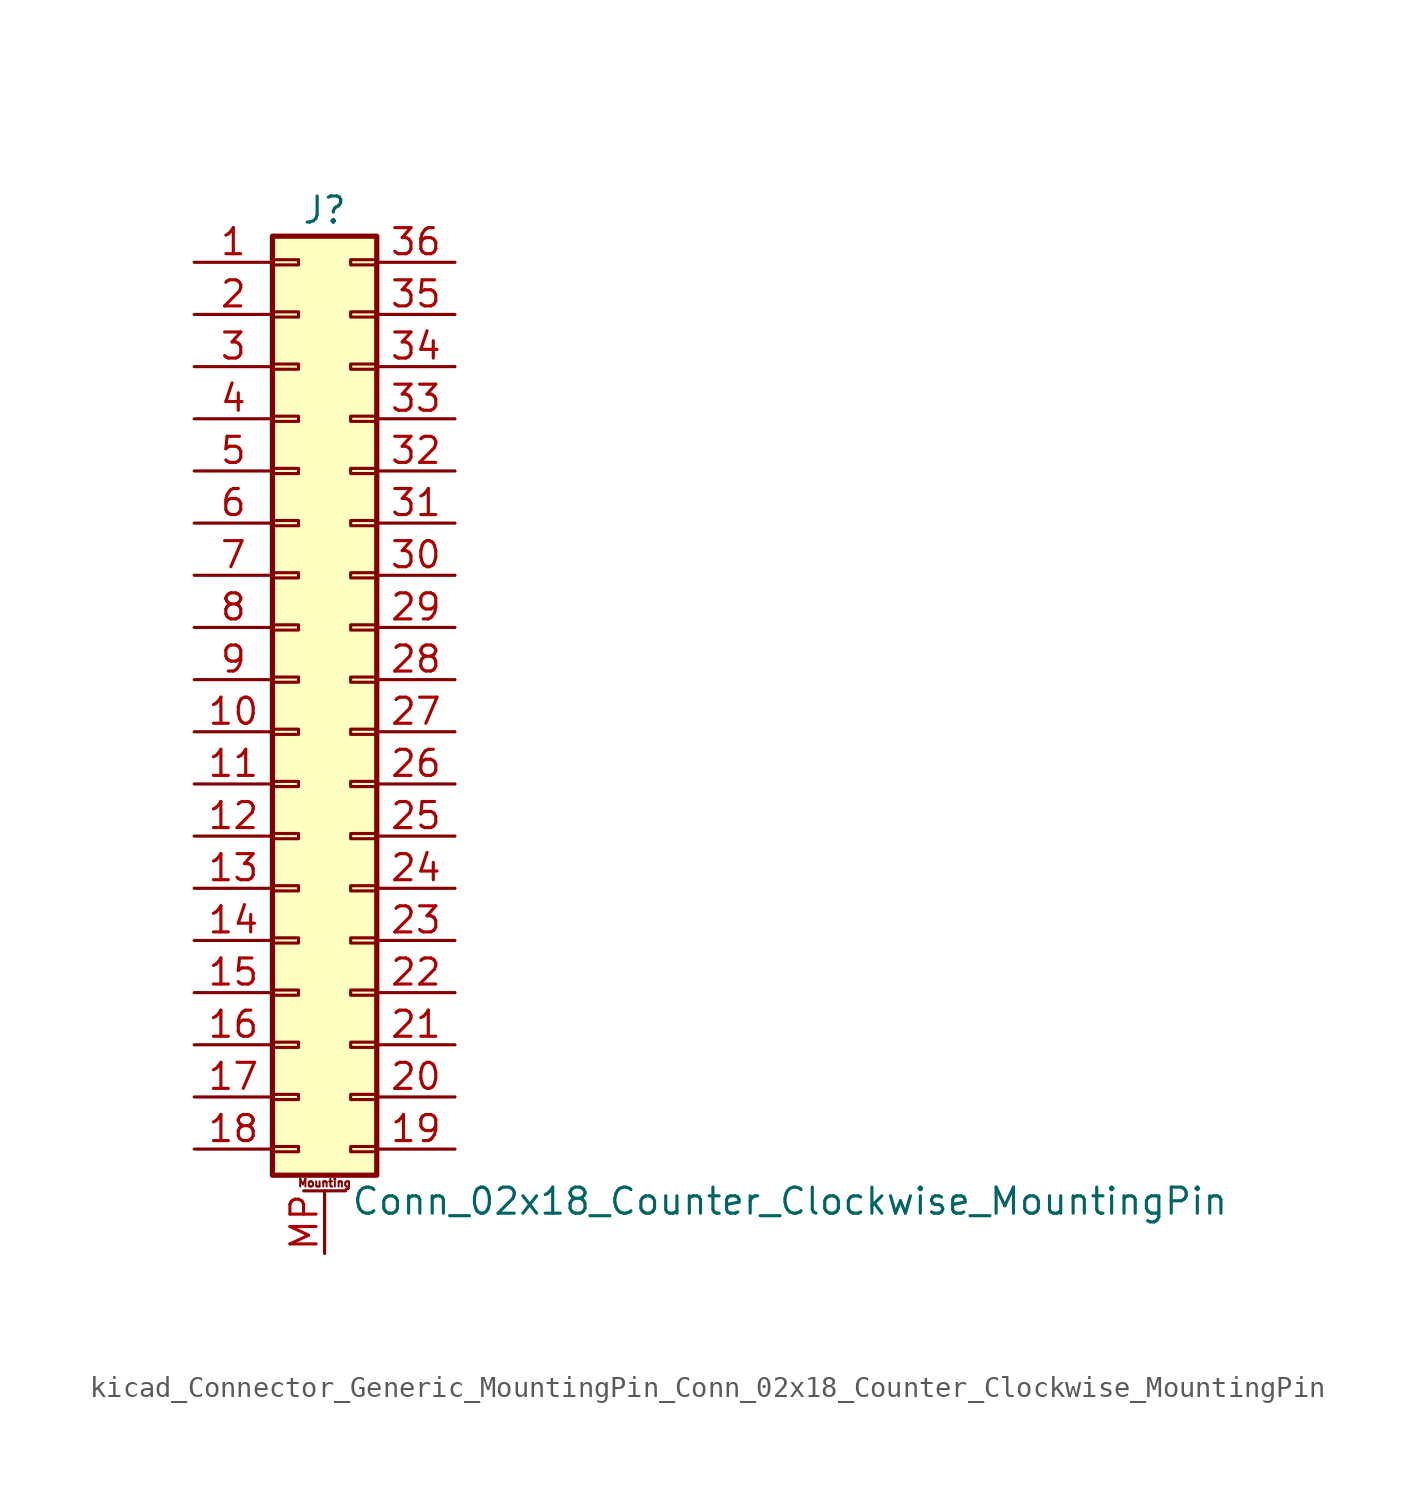
<source format=kicad_sym>
(kicad_symbol_lib
  (version 20220914)
  (generator kicad_symbol_editor)
  (symbol "kicad_Connector_Generic_MountingPin_Conn_02x18_Counter_Clockwise_MountingPin"
    (pin_names
      (offset 1.016) hide)
    (property "Reference" "J"
      (at 1.27 22.86 0)
      (effects (font (size 1.27 1.27))))
    (property "Value" "Conn_02x18_Counter_Clockwise_MountingPin"
      (at 2.54 -25.4 0)
      (effects (font (size 1.27 1.27)) (justify left)))
    (symbol "kicad_Connector_Generic_MountingPin_Conn_02x18_Counter_Clockwise_MountingPin_1_1"
      (rectangle (start -1.27 -22.733) (end 0 -22.987) (stroke (width 0.152) (type default)) (fill (type none)))
      (rectangle (start -1.27 -20.193) (end 0 -20.447) (stroke (width 0.152) (type default)) (fill (type none)))
      (rectangle (start -1.27 -17.653) (end 0 -17.907) (stroke (width 0.152) (type default)) (fill (type none)))
      (rectangle (start -1.27 -15.113) (end 0 -15.367) (stroke (width 0.152) (type default)) (fill (type none)))
      (rectangle (start -1.27 -12.573) (end 0 -12.827) (stroke (width 0.152) (type default)) (fill (type none)))
      (rectangle (start -1.27 -10.033) (end 0 -10.287) (stroke (width 0.152) (type default)) (fill (type none)))
      (rectangle (start -1.27 -7.493) (end 0 -7.747) (stroke (width 0.152) (type default)) (fill (type none)))
      (rectangle (start -1.27 -4.953) (end 0 -5.207) (stroke (width 0.152) (type default)) (fill (type none)))
      (rectangle (start -1.27 -2.413) (end 0 -2.667) (stroke (width 0.152) (type default)) (fill (type none)))
      (rectangle (start -1.27 0.127) (end 0 -0.127) (stroke (width 0.152) (type default)) (fill (type none)))
      (rectangle (start -1.27 2.667) (end 0 2.413) (stroke (width 0.152) (type default)) (fill (type none)))
      (rectangle (start -1.27 5.207) (end 0 4.953) (stroke (width 0.152) (type default)) (fill (type none)))
      (rectangle (start -1.27 7.747) (end 0 7.493) (stroke (width 0.152) (type default)) (fill (type none)))
      (rectangle (start -1.27 10.287) (end 0 10.033) (stroke (width 0.152) (type default)) (fill (type none)))
      (rectangle (start -1.27 12.827) (end 0 12.573) (stroke (width 0.152) (type default)) (fill (type none)))
      (rectangle (start -1.27 15.367) (end 0 15.113) (stroke (width 0.152) (type default)) (fill (type none)))
      (rectangle (start -1.27 17.907) (end 0 17.653) (stroke (width 0.152) (type default)) (fill (type none)))
      (rectangle (start -1.27 20.447) (end 0 20.193) (stroke (width 0.152) (type default)) (fill (type none)))
      (rectangle (start -1.27 21.59) (end 3.81 -24.13) (stroke (width 0.254) (type default)) (fill (type background)))
      (polyline (pts (xy 0.254 -24.892) (xy 2.286 -24.892)) (stroke (width 0.152) (type default)) (fill (type none)))
      (rectangle (start 3.81 -22.733) (end 2.54 -22.987) (stroke (width 0.152) (type default)) (fill (type none)))
      (rectangle (start 3.81 -20.193) (end 2.54 -20.447) (stroke (width 0.152) (type default)) (fill (type none)))
      (rectangle (start 3.81 -17.653) (end 2.54 -17.907) (stroke (width 0.152) (type default)) (fill (type none)))
      (rectangle (start 3.81 -15.113) (end 2.54 -15.367) (stroke (width 0.152) (type default)) (fill (type none)))
      (rectangle (start 3.81 -12.573) (end 2.54 -12.827) (stroke (width 0.152) (type default)) (fill (type none)))
      (rectangle (start 3.81 -10.033) (end 2.54 -10.287) (stroke (width 0.152) (type default)) (fill (type none)))
      (rectangle (start 3.81 -7.493) (end 2.54 -7.747) (stroke (width 0.152) (type default)) (fill (type none)))
      (rectangle (start 3.81 -4.953) (end 2.54 -5.207) (stroke (width 0.152) (type default)) (fill (type none)))
      (rectangle (start 3.81 -2.413) (end 2.54 -2.667) (stroke (width 0.152) (type default)) (fill (type none)))
      (rectangle (start 3.81 0.127) (end 2.54 -0.127) (stroke (width 0.152) (type default)) (fill (type none)))
      (rectangle (start 3.81 2.667) (end 2.54 2.413) (stroke (width 0.152) (type default)) (fill (type none)))
      (rectangle (start 3.81 5.207) (end 2.54 4.953) (stroke (width 0.152) (type default)) (fill (type none)))
      (rectangle (start 3.81 7.747) (end 2.54 7.493) (stroke (width 0.152) (type default)) (fill (type none)))
      (rectangle (start 3.81 10.287) (end 2.54 10.033) (stroke (width 0.152) (type default)) (fill (type none)))
      (rectangle (start 3.81 12.827) (end 2.54 12.573) (stroke (width 0.152) (type default)) (fill (type none)))
      (rectangle (start 3.81 15.367) (end 2.54 15.113) (stroke (width 0.152) (type default)) (fill (type none)))
      (rectangle (start 3.81 17.907) (end 2.54 17.653) (stroke (width 0.152) (type default)) (fill (type none)))
      (rectangle (start 3.81 20.447) (end 2.54 20.193) (stroke (width 0.152) (type default)) (fill (type none)))
      (text "Mounting" (at 1.27 -24.511 0) (effects (font (size 0.381 0.381))))
      (pin passive line (at -5.08 20.32 0) (length 3.81) (name "Pin_1" (effects (font (size 1.27 1.27)))) (number "1" (effects (font (size 1.27 1.27)))))
      (pin passive line (at -5.08 -2.54 0) (length 3.81) (name "Pin_10" (effects (font (size 1.27 1.27)))) (number "10" (effects (font (size 1.27 1.27)))))
      (pin passive line (at -5.08 -5.08 0) (length 3.81) (name "Pin_11" (effects (font (size 1.27 1.27)))) (number "11" (effects (font (size 1.27 1.27)))))
      (pin passive line (at -5.08 -7.62 0) (length 3.81) (name "Pin_12" (effects (font (size 1.27 1.27)))) (number "12" (effects (font (size 1.27 1.27)))))
      (pin passive line (at -5.08 -10.16 0) (length 3.81) (name "Pin_13" (effects (font (size 1.27 1.27)))) (number "13" (effects (font (size 1.27 1.27)))))
      (pin passive line (at -5.08 -12.7 0) (length 3.81) (name "Pin_14" (effects (font (size 1.27 1.27)))) (number "14" (effects (font (size 1.27 1.27)))))
      (pin passive line (at -5.08 -15.24 0) (length 3.81) (name "Pin_15" (effects (font (size 1.27 1.27)))) (number "15" (effects (font (size 1.27 1.27)))))
      (pin passive line (at -5.08 -17.78 0) (length 3.81) (name "Pin_16" (effects (font (size 1.27 1.27)))) (number "16" (effects (font (size 1.27 1.27)))))
      (pin passive line (at -5.08 -20.32 0) (length 3.81) (name "Pin_17" (effects (font (size 1.27 1.27)))) (number "17" (effects (font (size 1.27 1.27)))))
      (pin passive line (at -5.08 -22.86 0) (length 3.81) (name "Pin_18" (effects (font (size 1.27 1.27)))) (number "18" (effects (font (size 1.27 1.27)))))
      (pin passive line (at 7.62 -22.86 180) (length 3.81) (name "Pin_19" (effects (font (size 1.27 1.27)))) (number "19" (effects (font (size 1.27 1.27)))))
      (pin passive line (at -5.08 17.78 0) (length 3.81) (name "Pin_2" (effects (font (size 1.27 1.27)))) (number "2" (effects (font (size 1.27 1.27)))))
      (pin passive line (at 7.62 -20.32 180) (length 3.81) (name "Pin_20" (effects (font (size 1.27 1.27)))) (number "20" (effects (font (size 1.27 1.27)))))
      (pin passive line (at 7.62 -17.78 180) (length 3.81) (name "Pin_21" (effects (font (size 1.27 1.27)))) (number "21" (effects (font (size 1.27 1.27)))))
      (pin passive line (at 7.62 -15.24 180) (length 3.81) (name "Pin_22" (effects (font (size 1.27 1.27)))) (number "22" (effects (font (size 1.27 1.27)))))
      (pin passive line (at 7.62 -12.7 180) (length 3.81) (name "Pin_23" (effects (font (size 1.27 1.27)))) (number "23" (effects (font (size 1.27 1.27)))))
      (pin passive line (at 7.62 -10.16 180) (length 3.81) (name "Pin_24" (effects (font (size 1.27 1.27)))) (number "24" (effects (font (size 1.27 1.27)))))
      (pin passive line (at 7.62 -7.62 180) (length 3.81) (name "Pin_25" (effects (font (size 1.27 1.27)))) (number "25" (effects (font (size 1.27 1.27)))))
      (pin passive line (at 7.62 -5.08 180) (length 3.81) (name "Pin_26" (effects (font (size 1.27 1.27)))) (number "26" (effects (font (size 1.27 1.27)))))
      (pin passive line (at 7.62 -2.54 180) (length 3.81) (name "Pin_27" (effects (font (size 1.27 1.27)))) (number "27" (effects (font (size 1.27 1.27)))))
      (pin passive line (at 7.62 0 180) (length 3.81) (name "Pin_28" (effects (font (size 1.27 1.27)))) (number "28" (effects (font (size 1.27 1.27)))))
      (pin passive line (at 7.62 2.54 180) (length 3.81) (name "Pin_29" (effects (font (size 1.27 1.27)))) (number "29" (effects (font (size 1.27 1.27)))))
      (pin passive line (at -5.08 15.24 0) (length 3.81) (name "Pin_3" (effects (font (size 1.27 1.27)))) (number "3" (effects (font (size 1.27 1.27)))))
      (pin passive line (at 7.62 5.08 180) (length 3.81) (name "Pin_30" (effects (font (size 1.27 1.27)))) (number "30" (effects (font (size 1.27 1.27)))))
      (pin passive line (at 7.62 7.62 180) (length 3.81) (name "Pin_31" (effects (font (size 1.27 1.27)))) (number "31" (effects (font (size 1.27 1.27)))))
      (pin passive line (at 7.62 10.16 180) (length 3.81) (name "Pin_32" (effects (font (size 1.27 1.27)))) (number "32" (effects (font (size 1.27 1.27)))))
      (pin passive line (at 7.62 12.7 180) (length 3.81) (name "Pin_33" (effects (font (size 1.27 1.27)))) (number "33" (effects (font (size 1.27 1.27)))))
      (pin passive line (at 7.62 15.24 180) (length 3.81) (name "Pin_34" (effects (font (size 1.27 1.27)))) (number "34" (effects (font (size 1.27 1.27)))))
      (pin passive line (at 7.62 17.78 180) (length 3.81) (name "Pin_35" (effects (font (size 1.27 1.27)))) (number "35" (effects (font (size 1.27 1.27)))))
      (pin passive line (at 7.62 20.32 180) (length 3.81) (name "Pin_36" (effects (font (size 1.27 1.27)))) (number "36" (effects (font (size 1.27 1.27)))))
      (pin passive line (at -5.08 12.7 0) (length 3.81) (name "Pin_4" (effects (font (size 1.27 1.27)))) (number "4" (effects (font (size 1.27 1.27)))))
      (pin passive line (at -5.08 10.16 0) (length 3.81) (name "Pin_5" (effects (font (size 1.27 1.27)))) (number "5" (effects (font (size 1.27 1.27)))))
      (pin passive line (at -5.08 7.62 0) (length 3.81) (name "Pin_6" (effects (font (size 1.27 1.27)))) (number "6" (effects (font (size 1.27 1.27)))))
      (pin passive line (at -5.08 5.08 0) (length 3.81) (name "Pin_7" (effects (font (size 1.27 1.27)))) (number "7" (effects (font (size 1.27 1.27)))))
      (pin passive line (at -5.08 2.54 0) (length 3.81) (name "Pin_8" (effects (font (size 1.27 1.27)))) (number "8" (effects (font (size 1.27 1.27)))))
      (pin passive line (at -5.08 0 0) (length 3.81) (name "Pin_9" (effects (font (size 1.27 1.27)))) (number "9" (effects (font (size 1.27 1.27)))))
      (pin passive line (at 1.27 -27.94 90) (length 3.048) (name "MountPin" (effects (font (size 1.27 1.27)))) (number "MP" (effects (font (size 1.27 1.27))))))))
</source>
